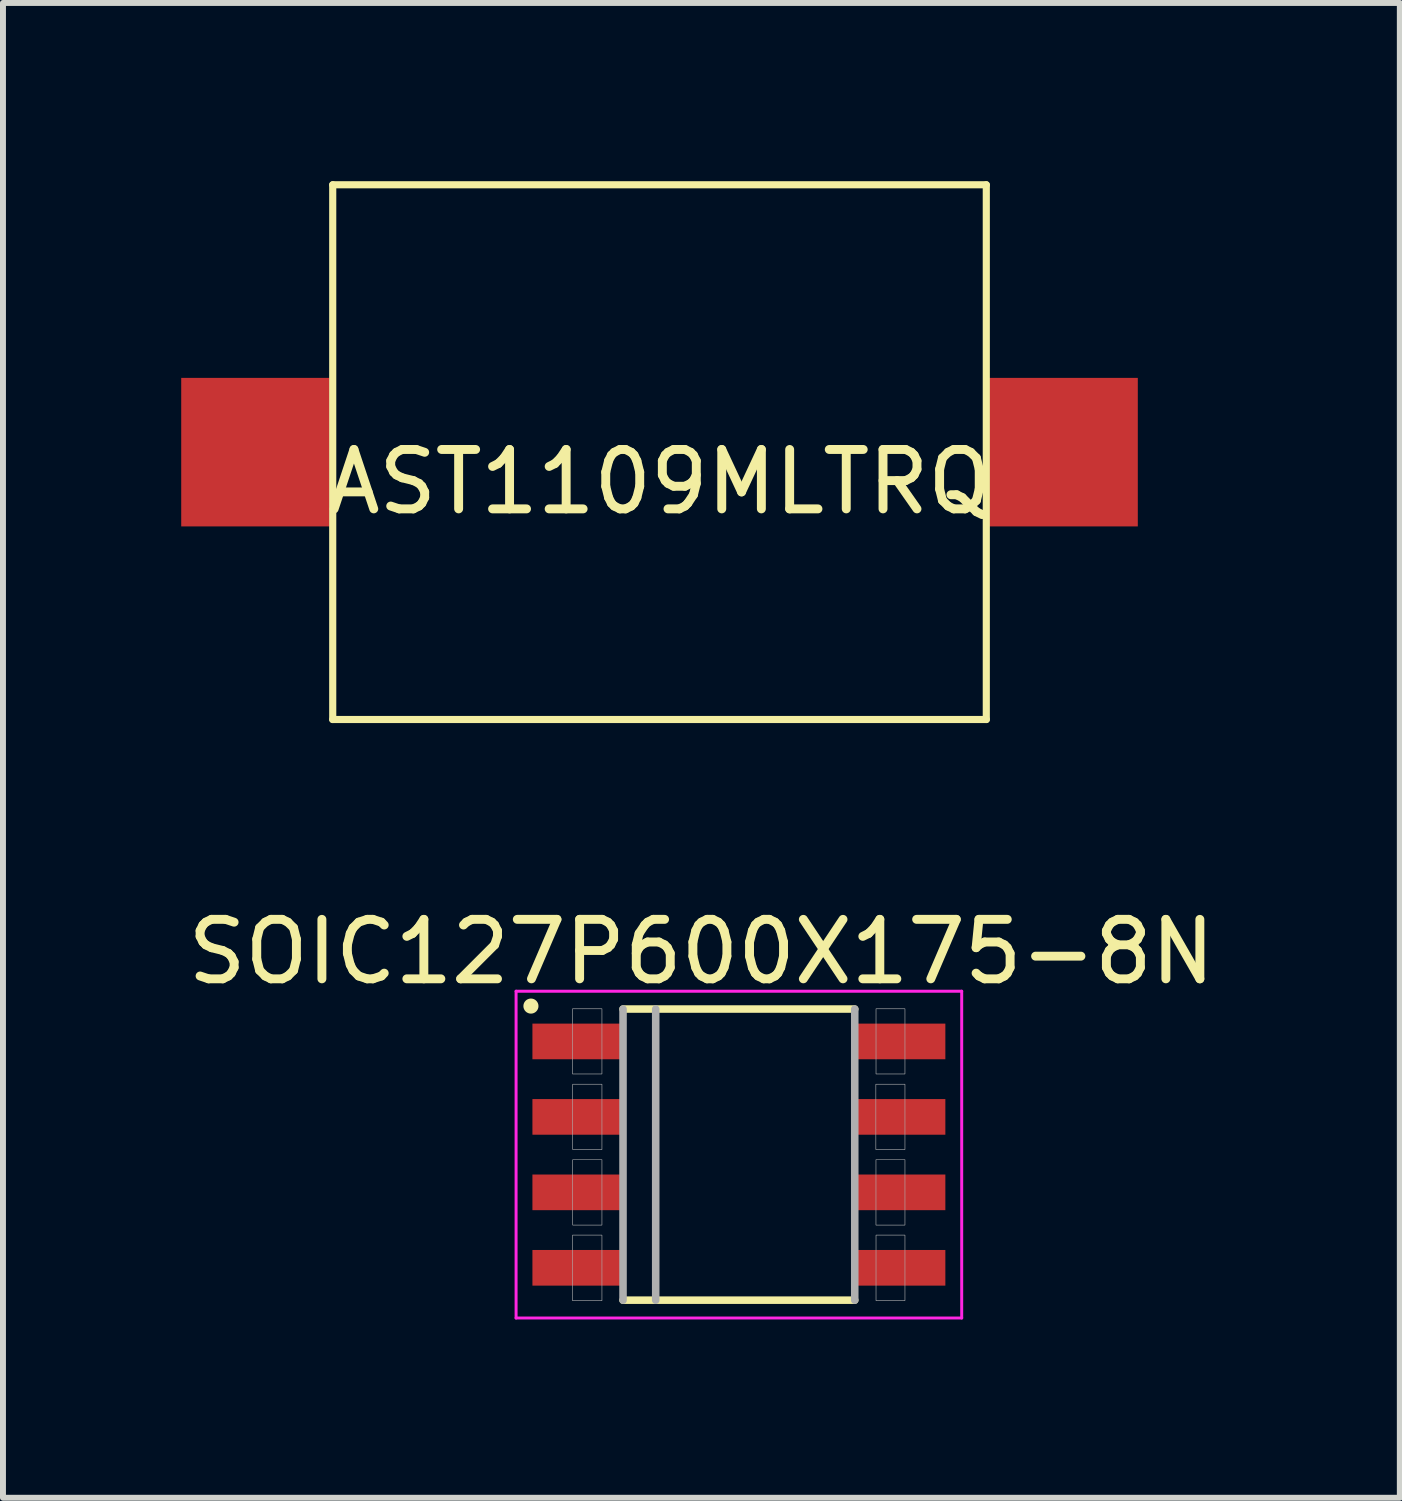
<source format=kicad_pcb>
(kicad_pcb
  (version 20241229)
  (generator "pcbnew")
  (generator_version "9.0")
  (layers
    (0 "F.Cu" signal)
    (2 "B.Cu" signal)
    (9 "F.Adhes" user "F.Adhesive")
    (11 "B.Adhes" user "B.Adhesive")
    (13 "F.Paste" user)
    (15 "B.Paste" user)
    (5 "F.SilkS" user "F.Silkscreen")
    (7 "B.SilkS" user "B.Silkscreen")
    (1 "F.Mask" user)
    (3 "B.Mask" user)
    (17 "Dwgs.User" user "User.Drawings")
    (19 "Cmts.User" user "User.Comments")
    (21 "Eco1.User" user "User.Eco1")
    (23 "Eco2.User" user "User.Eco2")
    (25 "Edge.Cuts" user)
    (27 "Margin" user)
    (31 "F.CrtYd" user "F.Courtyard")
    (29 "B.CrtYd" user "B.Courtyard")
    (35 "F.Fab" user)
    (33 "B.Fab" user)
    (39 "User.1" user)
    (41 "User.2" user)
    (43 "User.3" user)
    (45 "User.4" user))
  (footprint "SOIC127P600X175-8N"
    (layer "F.Cu")
    (at 9.386 16.383)
    (property "Reference" "SOIC127P600X175-8N" (at -0.631 -3.414 0) (layer "F.SilkS") (effects (font (size 1.001 1.001) (thickness 0.15))))
    (attr through_hole)
    (fp_line (start -1.95 -2.45) (end 1.95 -2.45) (stroke (width 0.127) (type solid)) (layer "F.SilkS"))
    (fp_line (start -1.95 2.45) (end 1.95 2.45) (stroke (width 0.127) (type solid)) (layer "F.SilkS"))
    (fp_circle (center -3.5 -2.5) (end -3.373 -2.5) (stroke (width 0) (type solid)) (fill yes) (layer "F.SilkS"))
    (fp_line (start -3.75 -2.75) (end 3.75 -2.75) (stroke (width 0.05) (type solid)) (layer "F.CrtYd"))
    (fp_line (start -3.75 2.75) (end -3.75 -2.75) (stroke (width 0.05) (type solid)) (layer "F.CrtYd"))
    (fp_line (start 3.75 -2.75) (end 3.75 2.75) (stroke (width 0.05) (type solid)) (layer "F.CrtYd"))
    (fp_line (start 3.75 2.75) (end -3.75 2.75) (stroke (width 0.05) (type solid)) (layer "F.CrtYd"))
    (fp_line (start -1.95 2.45) (end -1.95 -2.45) (stroke (width 0.127) (type solid)) (layer "F.Fab"))
    (fp_line (start -1.4 2.45) (end -1.4 -2.45) (stroke (width 0.127) (type solid)) (layer "F.Fab"))
    (fp_line (start 1.95 -2.45) (end 1.95 2.45) (stroke (width 0.127) (type solid)) (layer "F.Fab"))
    (fp_poly (pts (xy -2.8 1.355) (xy -2.305 1.355) (xy -2.305 2.459) (xy -2.8 2.459)) (stroke (width 0.01) (type solid)) (fill no) (layer "F.Fab"))
    (fp_poly (pts (xy -2.8 -2.455) (xy -2.305 -2.455) (xy -2.305 -1.357) (xy -2.8 -1.357)) (stroke (width 0.01) (type solid)) (fill no) (layer "F.Fab"))
    (fp_poly (pts (xy -2.797 0.085) (xy -2.305 0.085) (xy -2.305 1.186) (xy -2.797 1.186)) (stroke (width 0.01) (type solid)) (fill no) (layer "F.Fab"))
    (fp_poly (pts (xy -2.797 -1.185) (xy -2.305 -1.185) (xy -2.305 -0.085) (xy -2.797 -0.085)) (stroke (width 0.01) (type solid)) (fill no) (layer "F.Fab"))
    (fp_poly (pts (xy 2.305 -1.185) (xy 2.795 -1.185) (xy 2.795 -0.085) (xy 2.305 -0.085)) (stroke (width 0.01) (type solid)) (fill no) (layer "F.Fab"))
    (fp_poly (pts (xy 2.307 0.085) (xy 2.795 0.085) (xy 2.795 1.186) (xy 2.307 1.186)) (stroke (width 0.01) (type solid)) (fill no) (layer "F.Fab"))
    (fp_poly (pts (xy 2.308 1.355) (xy 2.795 1.355) (xy 2.795 2.458) (xy 2.308 2.458)) (stroke (width 0.01) (type solid)) (fill no) (layer "F.Fab"))
    (fp_poly (pts (xy 2.308 -2.455) (xy 2.795 -2.455) (xy 2.795 -1.357) (xy 2.308 -1.357)) (stroke (width 0.01) (type solid)) (fill no) (layer "F.Fab"))
    (pad "1" smd rect (at -2.7 -1.905) (size 1.55 0.6) (layers "F.Cu" "F.Mask" "F.Paste"))
    (pad "2" smd rect (at -2.7 -0.635) (size 1.55 0.6) (layers "F.Cu" "F.Mask" "F.Paste"))
    (pad "3" smd rect (at -2.7 0.635) (size 1.55 0.6) (layers "F.Cu" "F.Mask" "F.Paste"))
    (pad "4" smd rect (at -2.7 1.905) (size 1.55 0.6) (layers "F.Cu" "F.Mask" "F.Paste"))
    (pad "5" smd rect (at 2.7 1.905) (size 1.55 0.6) (layers "F.Cu" "F.Mask" "F.Paste"))
    (pad "6" smd rect (at 2.7 0.635) (size 1.55 0.6) (layers "F.Cu" "F.Mask" "F.Paste"))
    (pad "7" smd rect (at 2.7 -0.635) (size 1.55 0.6) (layers "F.Cu" "F.Mask" "F.Paste"))
    (pad "8" smd rect (at 2.7 -1.905) (size 1.55 0.6) (layers "F.Cu" "F.Mask" "F.Paste")))
  (footprint "AST1109MLTRQ"
    (layer "F.Cu")
    (at 8.05 4.56)
    (property "Reference" "AST1109MLTRQ" (at 0 0.5 0) (layer "F.SilkS") (effects (font (size 1 1) (thickness 0.15))))
    (attr through_hole)
    (fp_line (start -5.5 -4.5) (end 5.5 -4.5) (stroke (width 0.12) (type solid)) (layer "F.SilkS"))
    (fp_line (start -5.5 4.5) (end -5.5 -4.5) (stroke (width 0.12) (type solid)) (layer "F.SilkS"))
    (fp_line (start -5.5 4.5) (end 5.5 4.5) (stroke (width 0.12) (type solid)) (layer "F.SilkS"))
    (fp_line (start 5.5 -4.5) (end 5.5 4.5) (stroke (width 0.12) (type solid)) (layer "F.SilkS"))
    (pad "1" smd rect (at 6.8 0) (size 2.5 2.5) (layers "F.Cu" "F.Mask" "F.Paste"))
    (pad "2" smd rect (at -6.8 0) (size 2.5 2.5) (layers "F.Cu" "F.Mask" "F.Paste")))
  (gr_rect
    (start -3 -3)
    (end 20.51 22.158)
    (stroke (width 0.1) (type default))
    (fill no)
    (layer "Edge.Cuts")))
</source>
